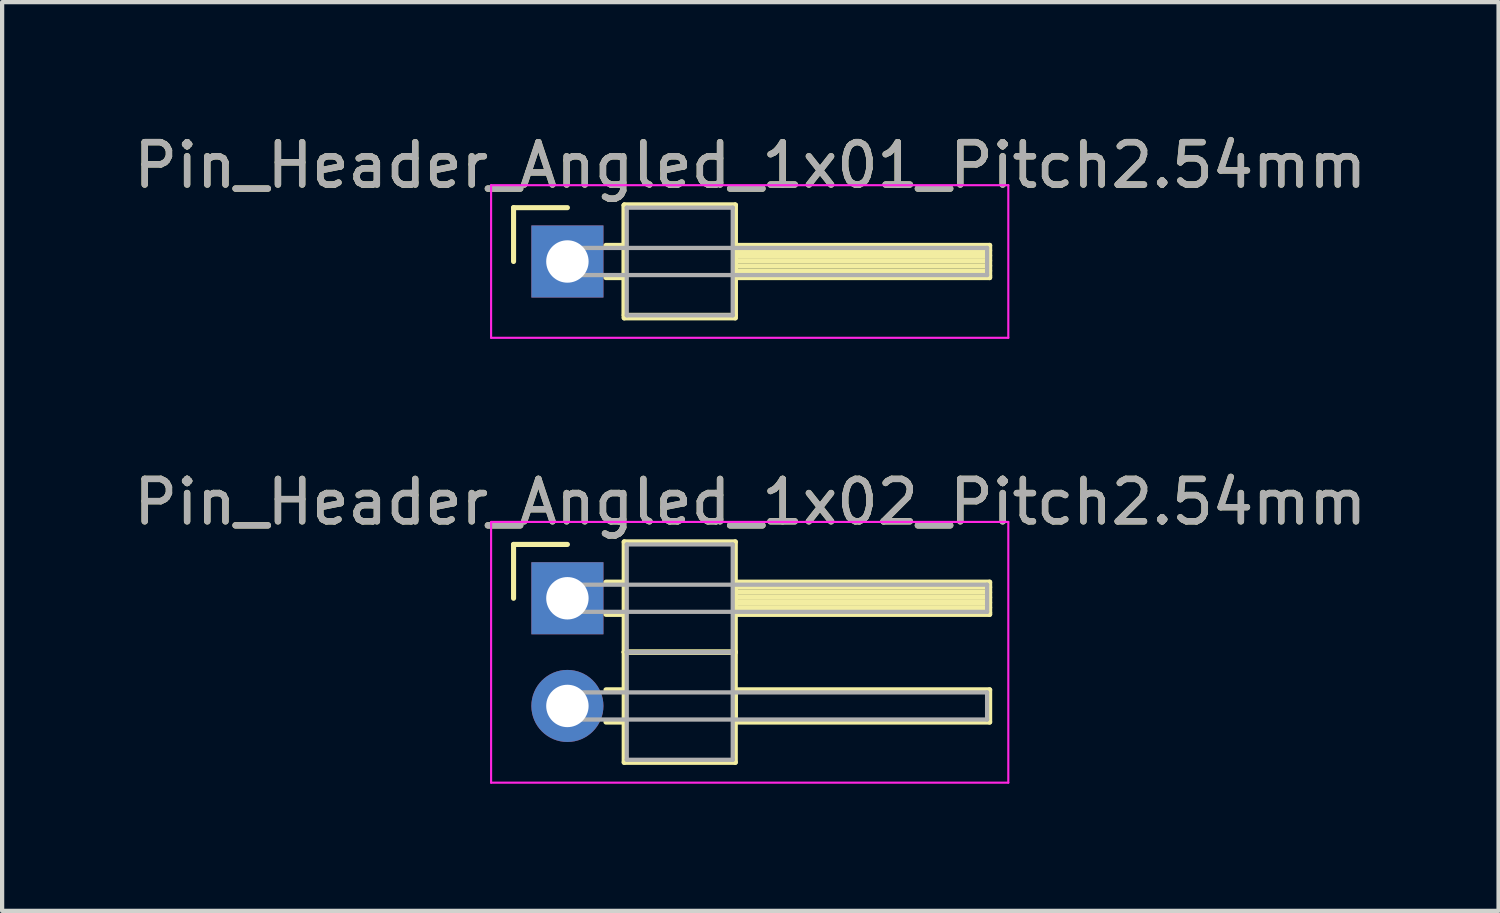
<source format=kicad_pcb>
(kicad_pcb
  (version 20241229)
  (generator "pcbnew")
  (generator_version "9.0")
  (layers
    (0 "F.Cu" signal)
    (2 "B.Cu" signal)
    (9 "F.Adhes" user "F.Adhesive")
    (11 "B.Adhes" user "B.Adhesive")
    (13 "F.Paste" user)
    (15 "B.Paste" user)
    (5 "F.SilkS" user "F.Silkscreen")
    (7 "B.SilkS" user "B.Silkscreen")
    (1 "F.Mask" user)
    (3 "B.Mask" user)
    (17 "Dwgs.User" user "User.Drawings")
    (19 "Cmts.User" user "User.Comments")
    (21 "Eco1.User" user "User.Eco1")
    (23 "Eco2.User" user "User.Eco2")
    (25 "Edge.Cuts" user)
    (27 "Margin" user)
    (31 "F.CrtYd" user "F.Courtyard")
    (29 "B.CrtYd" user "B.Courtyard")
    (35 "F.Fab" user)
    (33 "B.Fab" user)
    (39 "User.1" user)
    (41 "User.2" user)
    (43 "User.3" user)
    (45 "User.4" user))
  (footprint "Pin_Header_Angled_1x01_Pitch2.54mm"
    (layer "F.Cu")
    (at 10.334 3.118)
    (property "Reference" "Pin_Header_Angled_1x01_Pitch2.54mm" (at 4.315 -2.27 0) (layer "F.SilkS") (effects (font (size 1 1) (thickness 0.15))))
    (attr through_hole)
    (fp_line (start -1.27 -1.27) (end 0 -1.27) (stroke (width 0.12) (type solid)) (layer "F.SilkS"))
    (fp_line (start -1.27 0) (end -1.27 -1.27) (stroke (width 0.12) (type solid)) (layer "F.SilkS"))
    (fp_line (start 0.91 -0.38) (end 1.34 -0.38) (stroke (width 0.12) (type solid)) (layer "F.SilkS"))
    (fp_line (start 0.91 0.38) (end 1.34 0.38) (stroke (width 0.12) (type solid)) (layer "F.SilkS"))
    (fp_line (start 1.34 -1.33) (end 1.34 1.27) (stroke (width 0.12) (type solid)) (layer "F.SilkS"))
    (fp_line (start 1.34 -1.33) (end 1.34 1.33) (stroke (width 0.12) (type solid)) (layer "F.SilkS"))
    (fp_line (start 1.34 1.27) (end 3.96 1.27) (stroke (width 0.12) (type solid)) (layer "F.SilkS"))
    (fp_line (start 1.34 1.33) (end 3.96 1.33) (stroke (width 0.12) (type solid)) (layer "F.SilkS"))
    (fp_line (start 3.96 -1.33) (end 1.34 -1.33) (stroke (width 0.12) (type solid)) (layer "F.SilkS"))
    (fp_line (start 3.96 -1.33) (end 1.34 -1.33) (stroke (width 0.12) (type solid)) (layer "F.SilkS"))
    (fp_line (start 3.96 -0.38) (end 3.96 0.38) (stroke (width 0.12) (type solid)) (layer "F.SilkS"))
    (fp_line (start 3.96 -0.26) (end 9.96 -0.26) (stroke (width 0.12) (type solid)) (layer "F.SilkS"))
    (fp_line (start 3.96 -0.14) (end 9.96 -0.14) (stroke (width 0.12) (type solid)) (layer "F.SilkS"))
    (fp_line (start 3.96 -0.02) (end 9.96 -0.02) (stroke (width 0.12) (type solid)) (layer "F.SilkS"))
    (fp_line (start 3.96 0.1) (end 9.96 0.1) (stroke (width 0.12) (type solid)) (layer "F.SilkS"))
    (fp_line (start 3.96 0.22) (end 9.96 0.22) (stroke (width 0.12) (type solid)) (layer "F.SilkS"))
    (fp_line (start 3.96 0.34) (end 9.96 0.34) (stroke (width 0.12) (type solid)) (layer "F.SilkS"))
    (fp_line (start 3.96 0.38) (end 9.96 0.38) (stroke (width 0.12) (type solid)) (layer "F.SilkS"))
    (fp_line (start 3.96 1.27) (end 3.96 -1.33) (stroke (width 0.12) (type solid)) (layer "F.SilkS"))
    (fp_line (start 3.96 1.33) (end 3.96 -1.33) (stroke (width 0.12) (type solid)) (layer "F.SilkS"))
    (fp_line (start 9.96 -0.38) (end 3.96 -0.38) (stroke (width 0.12) (type solid)) (layer "F.SilkS"))
    (fp_line (start 9.96 0.38) (end 9.96 -0.38) (stroke (width 0.12) (type solid)) (layer "F.SilkS"))
    (fp_line (start -1.8 -1.8) (end -1.8 1.8) (stroke (width 0.05) (type solid)) (layer "F.CrtYd"))
    (fp_line (start -1.8 1.8) (end 10.4 1.8) (stroke (width 0.05) (type solid)) (layer "F.CrtYd"))
    (fp_line (start 10.4 -1.8) (end -1.8 -1.8) (stroke (width 0.05) (type solid)) (layer "F.CrtYd"))
    (fp_line (start 10.4 1.8) (end 10.4 -1.8) (stroke (width 0.05) (type solid)) (layer "F.CrtYd"))
    (fp_line (start 0 -0.32) (end 0 0.32) (stroke (width 0.1) (type solid)) (layer "F.Fab"))
    (fp_line (start 0 0.32) (end 9.9 0.32) (stroke (width 0.1) (type solid)) (layer "F.Fab"))
    (fp_line (start 1.4 -1.27) (end 1.4 1.27) (stroke (width 0.1) (type solid)) (layer "F.Fab"))
    (fp_line (start 1.4 1.27) (end 3.9 1.27) (stroke (width 0.1) (type solid)) (layer "F.Fab"))
    (fp_line (start 3.9 -1.27) (end 1.4 -1.27) (stroke (width 0.1) (type solid)) (layer "F.Fab"))
    (fp_line (start 3.9 1.27) (end 3.9 -1.27) (stroke (width 0.1) (type solid)) (layer "F.Fab"))
    (fp_line (start 9.9 -0.32) (end 0 -0.32) (stroke (width 0.1) (type solid)) (layer "F.Fab"))
    (fp_line (start 9.9 0.32) (end 9.9 -0.32) (stroke (width 0.1) (type solid)) (layer "F.Fab"))
    (fp_text user "${REFERENCE}" (at 4.315 -2.27 0) (layer "F.Fab") (effects (font (size 1 1) (thickness 0.15))))
    (pad "1" thru_hole rect (at 0 0) (size 1.7 1.7) (drill 1) (layers "*.Cu" "*.Mask")))
  (footprint "Pin_Header_Angled_1x02_Pitch2.54mm"
    (layer "F.Cu")
    (at 10.334 11.062)
    (property "Reference" "Pin_Header_Angled_1x02_Pitch2.54mm" (at 4.315 -2.27 0) (layer "F.SilkS") (effects (font (size 1 1) (thickness 0.15))))
    (attr through_hole)
    (fp_line (start -1.27 -1.27) (end 0 -1.27) (stroke (width 0.12) (type solid)) (layer "F.SilkS"))
    (fp_line (start -1.27 0) (end -1.27 -1.27) (stroke (width 0.12) (type solid)) (layer "F.SilkS"))
    (fp_line (start 0.91 -0.38) (end 1.34 -0.38) (stroke (width 0.12) (type solid)) (layer "F.SilkS"))
    (fp_line (start 0.91 0.38) (end 1.34 0.38) (stroke (width 0.12) (type solid)) (layer "F.SilkS"))
    (fp_line (start 0.91 2.16) (end 1.34 2.16) (stroke (width 0.12) (type solid)) (layer "F.SilkS"))
    (fp_line (start 0.91 2.92) (end 1.34 2.92) (stroke (width 0.12) (type solid)) (layer "F.SilkS"))
    (fp_line (start 1.34 -1.33) (end 1.34 1.27) (stroke (width 0.12) (type solid)) (layer "F.SilkS"))
    (fp_line (start 1.34 1.27) (end 1.34 3.87) (stroke (width 0.12) (type solid)) (layer "F.SilkS"))
    (fp_line (start 1.34 1.27) (end 3.96 1.27) (stroke (width 0.12) (type solid)) (layer "F.SilkS"))
    (fp_line (start 1.34 3.87) (end 3.96 3.87) (stroke (width 0.12) (type solid)) (layer "F.SilkS"))
    (fp_line (start 3.96 -1.33) (end 1.34 -1.33) (stroke (width 0.12) (type solid)) (layer "F.SilkS"))
    (fp_line (start 3.96 -0.38) (end 3.96 0.38) (stroke (width 0.12) (type solid)) (layer "F.SilkS"))
    (fp_line (start 3.96 -0.26) (end 9.96 -0.26) (stroke (width 0.12) (type solid)) (layer "F.SilkS"))
    (fp_line (start 3.96 -0.14) (end 9.96 -0.14) (stroke (width 0.12) (type solid)) (layer "F.SilkS"))
    (fp_line (start 3.96 -0.02) (end 9.96 -0.02) (stroke (width 0.12) (type solid)) (layer "F.SilkS"))
    (fp_line (start 3.96 0.1) (end 9.96 0.1) (stroke (width 0.12) (type solid)) (layer "F.SilkS"))
    (fp_line (start 3.96 0.22) (end 9.96 0.22) (stroke (width 0.12) (type solid)) (layer "F.SilkS"))
    (fp_line (start 3.96 0.34) (end 9.96 0.34) (stroke (width 0.12) (type solid)) (layer "F.SilkS"))
    (fp_line (start 3.96 0.38) (end 9.96 0.38) (stroke (width 0.12) (type solid)) (layer "F.SilkS"))
    (fp_line (start 3.96 1.27) (end 1.34 1.27) (stroke (width 0.12) (type solid)) (layer "F.SilkS"))
    (fp_line (start 3.96 1.27) (end 3.96 -1.33) (stroke (width 0.12) (type solid)) (layer "F.SilkS"))
    (fp_line (start 3.96 2.16) (end 3.96 2.92) (stroke (width 0.12) (type solid)) (layer "F.SilkS"))
    (fp_line (start 3.96 2.92) (end 9.96 2.92) (stroke (width 0.12) (type solid)) (layer "F.SilkS"))
    (fp_line (start 3.96 3.87) (end 3.96 1.27) (stroke (width 0.12) (type solid)) (layer "F.SilkS"))
    (fp_line (start 9.96 -0.38) (end 3.96 -0.38) (stroke (width 0.12) (type solid)) (layer "F.SilkS"))
    (fp_line (start 9.96 0.38) (end 9.96 -0.38) (stroke (width 0.12) (type solid)) (layer "F.SilkS"))
    (fp_line (start 9.96 2.16) (end 3.96 2.16) (stroke (width 0.12) (type solid)) (layer "F.SilkS"))
    (fp_line (start 9.96 2.92) (end 9.96 2.16) (stroke (width 0.12) (type solid)) (layer "F.SilkS"))
    (fp_line (start -1.8 -1.8) (end -1.8 4.35) (stroke (width 0.05) (type solid)) (layer "F.CrtYd"))
    (fp_line (start -1.8 4.35) (end 10.4 4.35) (stroke (width 0.05) (type solid)) (layer "F.CrtYd"))
    (fp_line (start 10.4 -1.8) (end -1.8 -1.8) (stroke (width 0.05) (type solid)) (layer "F.CrtYd"))
    (fp_line (start 10.4 4.35) (end 10.4 -1.8) (stroke (width 0.05) (type solid)) (layer "F.CrtYd"))
    (fp_line (start 0 -0.32) (end 0 0.32) (stroke (width 0.1) (type solid)) (layer "F.Fab"))
    (fp_line (start 0 0.32) (end 9.9 0.32) (stroke (width 0.1) (type solid)) (layer "F.Fab"))
    (fp_line (start 0 2.22) (end 0 2.86) (stroke (width 0.1) (type solid)) (layer "F.Fab"))
    (fp_line (start 0 2.86) (end 9.9 2.86) (stroke (width 0.1) (type solid)) (layer "F.Fab"))
    (fp_line (start 1.4 -1.27) (end 1.4 1.27) (stroke (width 0.1) (type solid)) (layer "F.Fab"))
    (fp_line (start 1.4 1.27) (end 1.4 3.81) (stroke (width 0.1) (type solid)) (layer "F.Fab"))
    (fp_line (start 1.4 1.27) (end 3.9 1.27) (stroke (width 0.1) (type solid)) (layer "F.Fab"))
    (fp_line (start 1.4 3.81) (end 3.9 3.81) (stroke (width 0.1) (type solid)) (layer "F.Fab"))
    (fp_line (start 3.9 -1.27) (end 1.4 -1.27) (stroke (width 0.1) (type solid)) (layer "F.Fab"))
    (fp_line (start 3.9 1.27) (end 1.4 1.27) (stroke (width 0.1) (type solid)) (layer "F.Fab"))
    (fp_line (start 3.9 1.27) (end 3.9 -1.27) (stroke (width 0.1) (type solid)) (layer "F.Fab"))
    (fp_line (start 3.9 3.81) (end 3.9 1.27) (stroke (width 0.1) (type solid)) (layer "F.Fab"))
    (fp_line (start 9.9 -0.32) (end 0 -0.32) (stroke (width 0.1) (type solid)) (layer "F.Fab"))
    (fp_line (start 9.9 0.32) (end 9.9 -0.32) (stroke (width 0.1) (type solid)) (layer "F.Fab"))
    (fp_line (start 9.9 2.22) (end 0 2.22) (stroke (width 0.1) (type solid)) (layer "F.Fab"))
    (fp_line (start 9.9 2.86) (end 9.9 2.22) (stroke (width 0.1) (type solid)) (layer "F.Fab"))
    (fp_text user "${REFERENCE}" (at 4.315 -2.27 0) (layer "F.Fab") (effects (font (size 1 1) (thickness 0.15))))
    (pad "1" thru_hole rect (at 0 0) (size 1.7 1.7) (drill 1) (layers "*.Cu" "*.Mask"))
    (pad "2" thru_hole oval (at 0 2.54) (size 1.7 1.7) (drill 1) (layers "*.Cu" "*.Mask")))
  (gr_rect
    (start -3 -3)
    (end 32.298 18.436)
    (stroke (width 0.1) (type default))
    (fill no)
    (layer "Edge.Cuts")))
</source>
